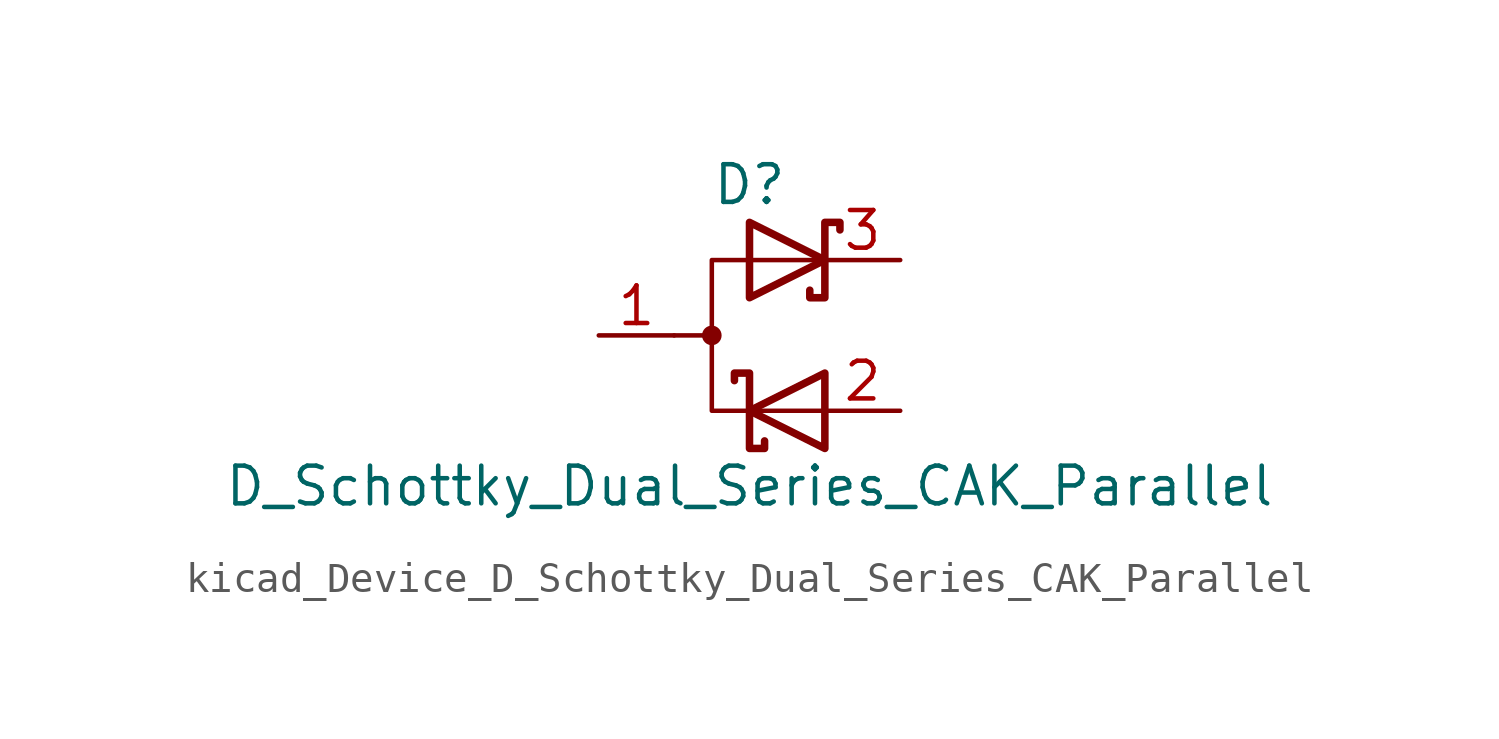
<source format=kicad_sym>
(kicad_symbol_lib
  (version 20220914)
  (generator kicad_symbol_editor)
  (symbol "kicad_Device_D_Schottky_Dual_Series_CAK_Parallel"
    (pin_names
      (offset 0.762) hide)
    (property "Reference" "D"
      (at 0 5.08 0)
      (effects (font (size 1.27 1.27))))
    (property "Value" "D_Schottky_Dual_Series_CAK_Parallel"
      (at 0 -5.08 0)
      (effects (font (size 1.27 1.27))))
    (symbol "kicad_Device_D_Schottky_Dual_Series_CAK_Parallel_0_1"
      (circle (center -1.27 0) (radius 0.254) (stroke (width 0) (type default)) (fill (type outline)))
      (polyline (pts (xy -1.27 0) (xy -2.54 0)) (stroke (width 0) (type default)) (fill (type none)))
      (polyline (pts (xy 2.54 2.54) (xy -1.27 2.54) (xy -1.27 -2.54) (xy 2.54 -2.54)) (stroke (width 0) (type default)) (fill (type none)))
      (polyline (pts (xy -0.508 -1.524) (xy -0.508 -1.27) (xy 0 -1.27) (xy 0 -3.81) (xy 0.508 -3.81) (xy 0.508 -3.556)) (stroke (width 0.254) (type default)) (fill (type none)))
      (polyline (pts (xy 0 3.81) (xy 2.54 2.54) (xy 0 1.27) (xy 0 3.81) (xy 0 3.81) (xy 0 3.81)) (stroke (width 0.254) (type default)) (fill (type none)))
      (polyline (pts (xy 2.54 -1.27) (xy 0 -2.54) (xy 2.54 -3.81) (xy 2.54 -1.27) (xy 2.54 -1.27) (xy 2.54 -1.27)) (stroke (width 0.254) (type default)) (fill (type none)))
      (polyline (pts (xy 3.048 3.556) (xy 3.048 3.81) (xy 2.54 3.81) (xy 2.54 1.27) (xy 2.032 1.27) (xy 2.032 1.524)) (stroke (width 0.254) (type default)) (fill (type none)))
      (pin passive line (at -5.08 0 0) (length 2.54) (name "A" (effects (font (size 1.27 1.27)))) (number "1" (effects (font (size 1.27 1.27)))))
      (pin passive line (at 5.08 -2.54 180) (length 2.54) (name "K" (effects (font (size 1.27 1.27)))) (number "2" (effects (font (size 1.27 1.27)))))
      (pin passive line (at 5.08 2.54 180) (length 2.54) (name "K" (effects (font (size 1.27 1.27)))) (number "3" (effects (font (size 1.27 1.27))))))))
</source>
